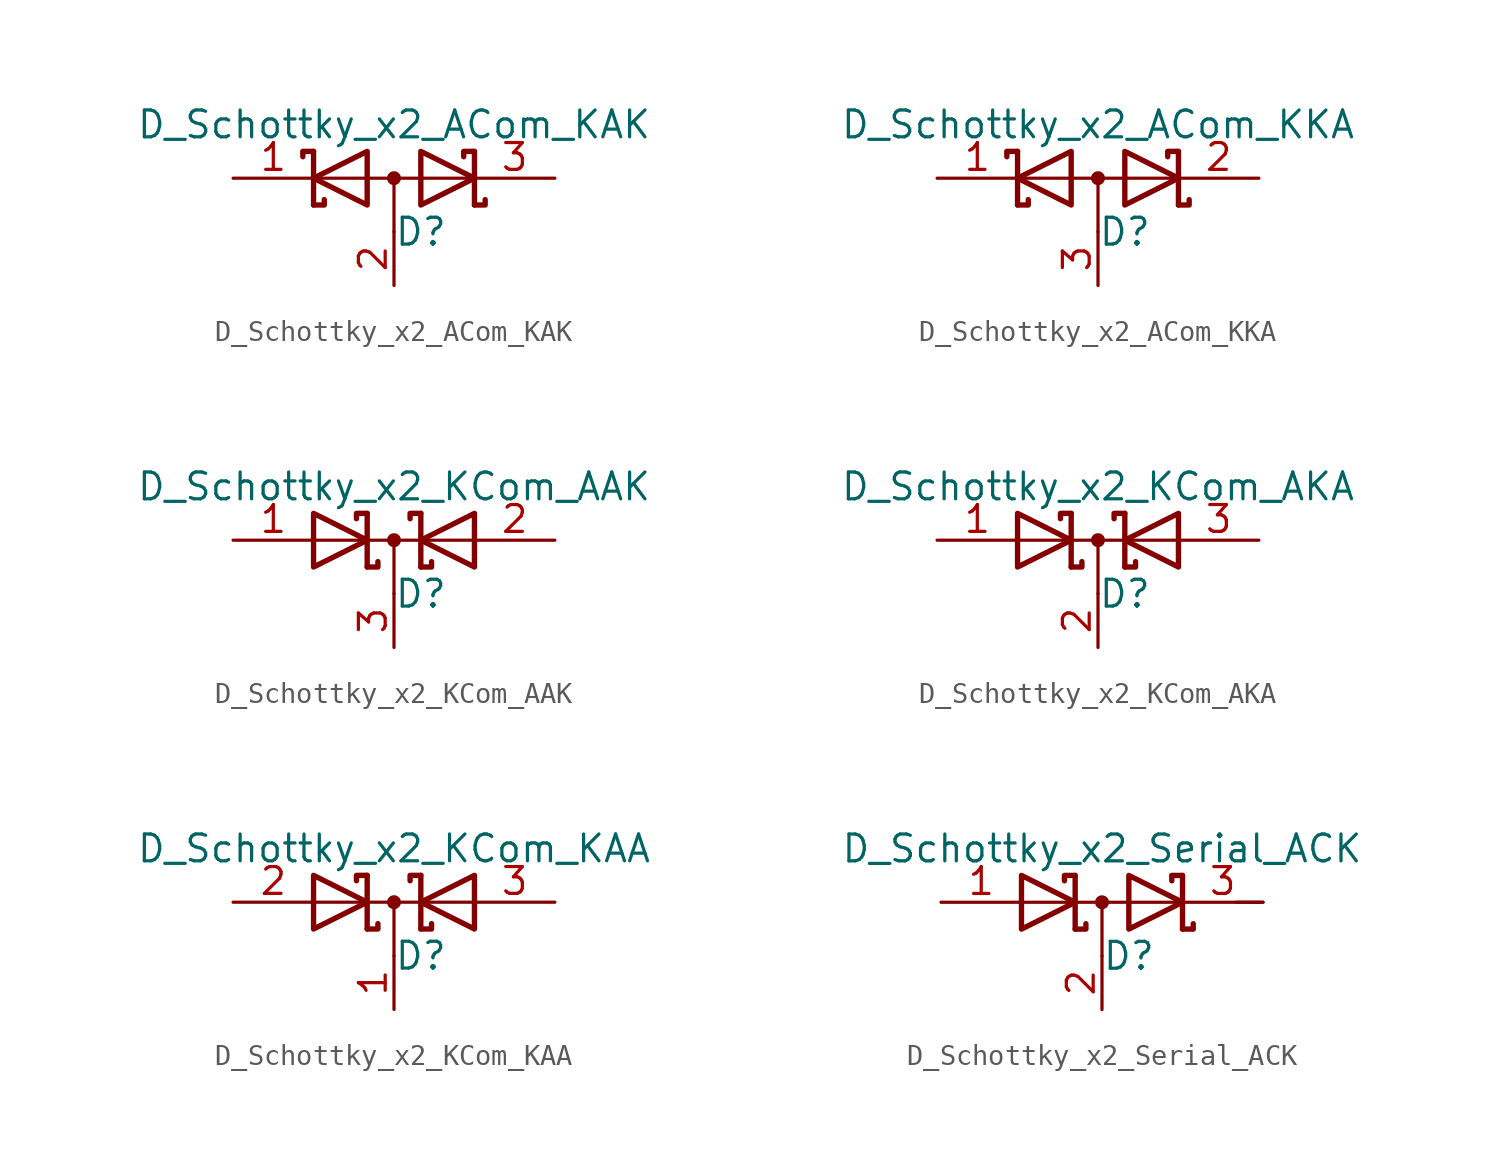
<source format=kicad_sym>
(kicad_symbol_lib
  (version 20211014)
  (generator kicad_symbol_editor)
  (symbol "D_Schottky_x2_ACom_KAK"
    (pin_names
      (offset 0.762) hide)
    (property "Reference" "D"
      (at 1.27 -2.54 0)
      (effects (font (size 1.27 1.27))))
    (property "Value" "D_Schottky_x2_ACom_KAK"
      (at 0 2.54 0)
      (effects (font (size 1.27 1.27))))
    (symbol "D_Schottky_x2_ACom_KAK_0_1"
      (polyline (pts (xy -3.556 0) (xy 3.81 0)) (stroke (width 0) (type default) (color 0 0 0 0)) (fill (type none)))
      (polyline (pts (xy 0 0) (xy 0 -2.54)) (stroke (width 0) (type default) (color 0 0 0 0)) (fill (type none)))
      (polyline (pts (xy -3.81 1.27) (xy -3.81 -1.27) (xy -3.81 -1.27)) (stroke (width 0.254) (type default) (color 0 0 0 0)) (fill (type none)))
      (polyline (pts (xy 3.81 1.27) (xy 3.81 -1.27) (xy 3.81 -1.27)) (stroke (width 0.254) (type default) (color 0 0 0 0)) (fill (type none)))
      (polyline (pts (xy -3.81 1.27) (xy -4.318 1.27) (xy -4.318 1.016) (xy -4.318 1.016)) (stroke (width 0.254) (type default) (color 0 0 0 0)) (fill (type none)))
      (polyline (pts (xy 3.81 -1.27) (xy 4.318 -1.27) (xy 4.318 -1.016) (xy 4.318 -1.016)) (stroke (width 0.254) (type default) (color 0 0 0 0)) (fill (type none)))
      (polyline (pts (xy 3.81 1.27) (xy 3.302 1.27) (xy 3.302 1.016) (xy 3.302 1.016)) (stroke (width 0.254) (type default) (color 0 0 0 0)) (fill (type none)))
      (polyline (pts (xy -3.302 -1.016) (xy -3.302 -1.27) (xy -3.81 -1.27) (xy -3.81 -1.27) (xy -3.81 -1.27)) (stroke (width 0.254) (type default) (color 0 0 0 0)) (fill (type none)))
      (polyline (pts (xy -1.27 -1.27) (xy -3.81 0) (xy -1.27 1.27) (xy -1.27 -1.27) (xy -1.27 -1.27) (xy -1.27 -1.27)) (stroke (width 0.254) (type default) (color 0 0 0 0)) (fill (type none)))
      (polyline (pts (xy 1.27 1.27) (xy 3.81 0) (xy 1.27 -1.27) (xy 1.27 1.27) (xy 1.27 1.27) (xy 1.27 1.27)) (stroke (width 0.254) (type default) (color 0 0 0 0)) (fill (type none)))
      (circle (center 0 0) (radius 0.254) (stroke (width 0) (type default) (color 0 0 0 0)) (fill (type outline)))
      (pin passive line (at -7.62 0 0) (length 3.81) (name "K" (effects (font (size 1.27 1.27)))) (number "1" (effects (font (size 1.27 1.27)))))
      (pin passive line (at 0 -5.08 90) (length 2.54) (name "A" (effects (font (size 1.27 1.27)))) (number "2" (effects (font (size 1.27 1.27)))))
      (pin passive line (at 7.62 0 180) (length 3.81) (name "K" (effects (font (size 1.27 1.27)))) (number "3" (effects (font (size 1.27 1.27)))))))
  (symbol "D_Schottky_x2_ACom_KKA"
    (pin_names
      (offset 0.762) hide)
    (property "Reference" "D"
      (at 1.27 -2.54 0)
      (effects (font (size 1.27 1.27))))
    (property "Value" "D_Schottky_x2_ACom_KKA"
      (at 0 2.54 0)
      (effects (font (size 1.27 1.27))))
    (symbol "D_Schottky_x2_ACom_KKA_0_1"
      (polyline (pts (xy -3.556 0) (xy 3.81 0)) (stroke (width 0) (type default) (color 0 0 0 0)) (fill (type none)))
      (polyline (pts (xy 0 0) (xy 0 -2.54)) (stroke (width 0) (type default) (color 0 0 0 0)) (fill (type none)))
      (polyline (pts (xy -3.81 1.27) (xy -3.81 -1.27) (xy -3.81 -1.27)) (stroke (width 0.254) (type default) (color 0 0 0 0)) (fill (type none)))
      (polyline (pts (xy 3.81 1.27) (xy 3.81 -1.27) (xy 3.81 -1.27)) (stroke (width 0.254) (type default) (color 0 0 0 0)) (fill (type none)))
      (polyline (pts (xy -3.81 1.27) (xy -4.318 1.27) (xy -4.318 1.016) (xy -4.318 1.016)) (stroke (width 0.254) (type default) (color 0 0 0 0)) (fill (type none)))
      (polyline (pts (xy 3.81 -1.27) (xy 4.318 -1.27) (xy 4.318 -1.016) (xy 4.318 -1.016)) (stroke (width 0.254) (type default) (color 0 0 0 0)) (fill (type none)))
      (polyline (pts (xy 3.81 1.27) (xy 3.302 1.27) (xy 3.302 1.016) (xy 3.302 1.016)) (stroke (width 0.254) (type default) (color 0 0 0 0)) (fill (type none)))
      (polyline (pts (xy -3.302 -1.016) (xy -3.302 -1.27) (xy -3.81 -1.27) (xy -3.81 -1.27) (xy -3.81 -1.27)) (stroke (width 0.254) (type default) (color 0 0 0 0)) (fill (type none)))
      (polyline (pts (xy -1.27 -1.27) (xy -3.81 0) (xy -1.27 1.27) (xy -1.27 -1.27) (xy -1.27 -1.27) (xy -1.27 -1.27)) (stroke (width 0.254) (type default) (color 0 0 0 0)) (fill (type none)))
      (polyline (pts (xy 1.27 1.27) (xy 3.81 0) (xy 1.27 -1.27) (xy 1.27 1.27) (xy 1.27 1.27) (xy 1.27 1.27)) (stroke (width 0.254) (type default) (color 0 0 0 0)) (fill (type none)))
      (circle (center 0 0) (radius 0.254) (stroke (width 0) (type default) (color 0 0 0 0)) (fill (type outline)))
      (pin passive line (at -7.62 0 0) (length 3.81) (name "K" (effects (font (size 1.27 1.27)))) (number "1" (effects (font (size 1.27 1.27)))))
      (pin passive line (at 7.62 0 180) (length 3.81) (name "K" (effects (font (size 1.27 1.27)))) (number "2" (effects (font (size 1.27 1.27)))))
      (pin passive line (at 0 -5.08 90) (length 2.54) (name "A" (effects (font (size 1.27 1.27)))) (number "3" (effects (font (size 1.27 1.27)))))))
  (symbol "D_Schottky_x2_KCom_AAK"
    (pin_names
      (offset 0.762) hide)
    (property "Reference" "D"
      (at 1.27 -2.54 0)
      (effects (font (size 1.27 1.27))))
    (property "Value" "D_Schottky_x2_KCom_AAK"
      (at 0 2.54 0)
      (effects (font (size 1.27 1.27))))
    (symbol "D_Schottky_x2_KCom_AAK_0_1"
      (polyline (pts (xy -3.81 0) (xy 3.81 0)) (stroke (width 0) (type default) (color 0 0 0 0)) (fill (type none)))
      (polyline (pts (xy 0 0) (xy 0 -2.54)) (stroke (width 0) (type default) (color 0 0 0 0)) (fill (type none)))
      (polyline (pts (xy -1.27 -1.27) (xy -1.27 1.27) (xy -1.27 1.27)) (stroke (width 0.254) (type default) (color 0 0 0 0)) (fill (type none)))
      (polyline (pts (xy 1.27 -1.27) (xy 1.27 1.27) (xy 1.27 1.27)) (stroke (width 0.254) (type default) (color 0 0 0 0)) (fill (type none)))
      (polyline (pts (xy -1.27 -1.27) (xy -0.762 -1.27) (xy -0.762 -1.016) (xy -0.762 -1.016)) (stroke (width 0.254) (type default) (color 0 0 0 0)) (fill (type none)))
      (polyline (pts (xy 1.27 -1.27) (xy 1.778 -1.27) (xy 1.778 -1.016) (xy 1.778 -1.016)) (stroke (width 0.254) (type default) (color 0 0 0 0)) (fill (type none)))
      (polyline (pts (xy 1.27 1.27) (xy 0.762 1.27) (xy 0.762 1.016) (xy 0.762 1.016)) (stroke (width 0.254) (type default) (color 0 0 0 0)) (fill (type none)))
      (polyline (pts (xy -1.778 1.016) (xy -1.778 1.27) (xy -1.27 1.27) (xy -1.27 1.27) (xy -1.27 1.27)) (stroke (width 0.254) (type default) (color 0 0 0 0)) (fill (type none)))
      (polyline (pts (xy -3.81 1.27) (xy -1.27 0) (xy -3.81 -1.27) (xy -3.81 1.27) (xy -3.81 1.27) (xy -3.81 1.27)) (stroke (width 0.254) (type default) (color 0 0 0 0)) (fill (type none)))
      (polyline (pts (xy 3.81 -1.27) (xy 1.27 0) (xy 3.81 1.27) (xy 3.81 -1.27) (xy 3.81 -1.27) (xy 3.81 -1.27)) (stroke (width 0.254) (type default) (color 0 0 0 0)) (fill (type none)))
      (circle (center 0 0) (radius 0.254) (stroke (width 0) (type default) (color 0 0 0 0)) (fill (type outline)))
      (pin passive line (at -7.62 0 0) (length 3.81) (name "A" (effects (font (size 1.27 1.27)))) (number "1" (effects (font (size 1.27 1.27)))))
      (pin passive line (at 7.62 0 180) (length 3.81) (name "A" (effects (font (size 1.27 1.27)))) (number "2" (effects (font (size 1.27 1.27)))))
      (pin passive line (at 0 -5.08 90) (length 2.54) (name "K" (effects (font (size 1.27 1.27)))) (number "3" (effects (font (size 1.27 1.27)))))))
  (symbol "D_Schottky_x2_KCom_AKA"
    (pin_names
      (offset 0.762) hide)
    (property "Reference" "D"
      (at 1.27 -2.54 0)
      (effects (font (size 1.27 1.27))))
    (property "Value" "D_Schottky_x2_KCom_AKA"
      (at 0 2.54 0)
      (effects (font (size 1.27 1.27))))
    (symbol "D_Schottky_x2_KCom_AKA_0_1"
      (polyline (pts (xy 0 0) (xy 0 -2.54)) (stroke (width 0) (type default) (color 0 0 0 0)) (fill (type none)))
      (polyline (pts (xy 3.81 0) (xy -3.81 0)) (stroke (width 0) (type default) (color 0 0 0 0)) (fill (type none)))
      (polyline (pts (xy -1.27 -1.27) (xy -1.27 1.27) (xy -1.27 1.27)) (stroke (width 0.254) (type default) (color 0 0 0 0)) (fill (type none)))
      (polyline (pts (xy 1.27 -1.27) (xy 1.27 1.27) (xy 1.27 1.27)) (stroke (width 0.254) (type default) (color 0 0 0 0)) (fill (type none)))
      (polyline (pts (xy -1.27 -1.27) (xy -0.762 -1.27) (xy -0.762 -1.016) (xy -0.762 -1.016)) (stroke (width 0.254) (type default) (color 0 0 0 0)) (fill (type none)))
      (polyline (pts (xy 1.27 -1.27) (xy 1.778 -1.27) (xy 1.778 -1.016) (xy 1.778 -1.016)) (stroke (width 0.254) (type default) (color 0 0 0 0)) (fill (type none)))
      (polyline (pts (xy 1.27 1.27) (xy 0.762 1.27) (xy 0.762 1.016) (xy 0.762 1.016)) (stroke (width 0.254) (type default) (color 0 0 0 0)) (fill (type none)))
      (polyline (pts (xy -1.778 1.016) (xy -1.778 1.27) (xy -1.27 1.27) (xy -1.27 1.27) (xy -1.27 1.27)) (stroke (width 0.254) (type default) (color 0 0 0 0)) (fill (type none)))
      (polyline (pts (xy -3.81 1.27) (xy -1.27 0) (xy -3.81 -1.27) (xy -3.81 1.27) (xy -3.81 1.27) (xy -3.81 1.27)) (stroke (width 0.254) (type default) (color 0 0 0 0)) (fill (type none)))
      (polyline (pts (xy 3.81 -1.27) (xy 1.27 0) (xy 3.81 1.27) (xy 3.81 -1.27) (xy 3.81 -1.27) (xy 3.81 -1.27)) (stroke (width 0.254) (type default) (color 0 0 0 0)) (fill (type none)))
      (circle (center 0 0) (radius 0.254) (stroke (width 0) (type default) (color 0 0 0 0)) (fill (type outline)))
      (pin passive line (at -7.62 0 0) (length 3.81) (name "A" (effects (font (size 1.27 1.27)))) (number "1" (effects (font (size 1.27 1.27)))))
      (pin passive line (at 0 -5.08 90) (length 2.54) (name "K" (effects (font (size 1.27 1.27)))) (number "2" (effects (font (size 1.27 1.27)))))
      (pin passive line (at 7.62 0 180) (length 3.81) (name "A" (effects (font (size 1.27 1.27)))) (number "3" (effects (font (size 1.27 1.27)))))))
  (symbol "D_Schottky_x2_KCom_KAA"
    (pin_names
      (offset 0.762) hide)
    (property "Reference" "D"
      (at 1.27 -2.54 0)
      (effects (font (size 1.27 1.27))))
    (property "Value" "D_Schottky_x2_KCom_KAA"
      (at 0 2.54 0)
      (effects (font (size 1.27 1.27))))
    (symbol "D_Schottky_x2_KCom_KAA_0_1"
      (polyline (pts (xy -3.81 0) (xy 3.81 0)) (stroke (width 0) (type default) (color 0 0 0 0)) (fill (type none)))
      (polyline (pts (xy 0 0) (xy 0 -2.54)) (stroke (width 0) (type default) (color 0 0 0 0)) (fill (type none)))
      (polyline (pts (xy -1.27 -1.27) (xy -1.27 1.27) (xy -1.27 1.27)) (stroke (width 0.254) (type default) (color 0 0 0 0)) (fill (type none)))
      (polyline (pts (xy 1.27 -1.27) (xy 1.27 1.27) (xy 1.27 1.27)) (stroke (width 0.254) (type default) (color 0 0 0 0)) (fill (type none)))
      (polyline (pts (xy -1.27 -1.27) (xy -0.762 -1.27) (xy -0.762 -1.016) (xy -0.762 -1.016)) (stroke (width 0.254) (type default) (color 0 0 0 0)) (fill (type none)))
      (polyline (pts (xy 1.27 -1.27) (xy 1.778 -1.27) (xy 1.778 -1.016) (xy 1.778 -1.016)) (stroke (width 0.254) (type default) (color 0 0 0 0)) (fill (type none)))
      (polyline (pts (xy 1.27 1.27) (xy 0.762 1.27) (xy 0.762 1.016) (xy 0.762 1.016)) (stroke (width 0.254) (type default) (color 0 0 0 0)) (fill (type none)))
      (polyline (pts (xy -1.778 1.016) (xy -1.778 1.27) (xy -1.27 1.27) (xy -1.27 1.27) (xy -1.27 1.27)) (stroke (width 0.254) (type default) (color 0 0 0 0)) (fill (type none)))
      (polyline (pts (xy -3.81 1.27) (xy -1.27 0) (xy -3.81 -1.27) (xy -3.81 1.27) (xy -3.81 1.27) (xy -3.81 1.27)) (stroke (width 0.254) (type default) (color 0 0 0 0)) (fill (type none)))
      (polyline (pts (xy 3.81 -1.27) (xy 1.27 0) (xy 3.81 1.27) (xy 3.81 -1.27) (xy 3.81 -1.27) (xy 3.81 -1.27)) (stroke (width 0.254) (type default) (color 0 0 0 0)) (fill (type none)))
      (circle (center 0 0) (radius 0.254) (stroke (width 0) (type default) (color 0 0 0 0)) (fill (type outline)))
      (pin passive line (at 0 -5.08 90) (length 2.54) (name "K" (effects (font (size 1.27 1.27)))) (number "1" (effects (font (size 1.27 1.27)))))
      (pin passive line (at -7.62 0 0) (length 3.81) (name "A" (effects (font (size 1.27 1.27)))) (number "2" (effects (font (size 1.27 1.27)))))
      (pin passive line (at 7.62 0 180) (length 3.81) (name "A" (effects (font (size 1.27 1.27)))) (number "3" (effects (font (size 1.27 1.27)))))))
  (symbol "D_Schottky_x2_Serial_ACK"
    (pin_names
      (offset 0.762) hide)
    (property "Reference" "D"
      (at 1.27 -2.54 0)
      (effects (font (size 1.27 1.27))))
    (property "Value" "D_Schottky_x2_Serial_ACK"
      (at 0 2.54 0)
      (effects (font (size 1.27 1.27))))
    (symbol "D_Schottky_x2_Serial_ACK_0_1"
      (polyline (pts (xy 0 0) (xy 0 -2.54)) (stroke (width 0) (type default) (color 0 0 0 0)) (fill (type none)))
      (polyline (pts (xy 3.81 0) (xy -3.81 0)) (stroke (width 0) (type default) (color 0 0 0 0)) (fill (type none)))
      (polyline (pts (xy 6.35 0) (xy 7.62 0)) (stroke (width 0) (type default) (color 0 0 0 0)) (fill (type none)))
      (polyline (pts (xy -1.27 -1.27) (xy -1.27 1.27) (xy -1.27 1.27)) (stroke (width 0.254) (type default) (color 0 0 0 0)) (fill (type none)))
      (polyline (pts (xy 3.81 1.27) (xy 3.81 -1.27) (xy 3.81 -1.27)) (stroke (width 0.254) (type default) (color 0 0 0 0)) (fill (type none)))
      (polyline (pts (xy -1.27 -1.27) (xy -0.762 -1.27) (xy -0.762 -1.016) (xy -0.762 -1.016)) (stroke (width 0.254) (type default) (color 0 0 0 0)) (fill (type none)))
      (polyline (pts (xy 3.81 -1.27) (xy 4.318 -1.27) (xy 4.318 -1.016) (xy 4.318 -1.016)) (stroke (width 0.254) (type default) (color 0 0 0 0)) (fill (type none)))
      (polyline (pts (xy 3.81 1.27) (xy 3.302 1.27) (xy 3.302 1.016) (xy 3.302 1.016)) (stroke (width 0.254) (type default) (color 0 0 0 0)) (fill (type none)))
      (polyline (pts (xy -1.778 1.016) (xy -1.778 1.27) (xy -1.27 1.27) (xy -1.27 1.27) (xy -1.27 1.27)) (stroke (width 0.254) (type default) (color 0 0 0 0)) (fill (type none)))
      (polyline (pts (xy -3.81 1.27) (xy -1.27 0) (xy -3.81 -1.27) (xy -3.81 1.27) (xy -3.81 1.27) (xy -3.81 1.27)) (stroke (width 0.254) (type default) (color 0 0 0 0)) (fill (type none)))
      (polyline (pts (xy 1.27 1.27) (xy 3.81 0) (xy 1.27 -1.27) (xy 1.27 1.27) (xy 1.27 1.27) (xy 1.27 1.27)) (stroke (width 0.254) (type default) (color 0 0 0 0)) (fill (type none)))
      (circle (center 0 0) (radius 0.254) (stroke (width 0) (type default) (color 0 0 0 0)) (fill (type outline)))
      (pin passive line (at -7.62 0 0) (length 3.81) (name "A" (effects (font (size 1.27 1.27)))) (number "1" (effects (font (size 1.27 1.27)))))
      (pin passive line (at 0 -5.08 90) (length 2.54) (name "common" (effects (font (size 1.27 1.27)))) (number "2" (effects (font (size 1.27 1.27)))))
      (pin passive line (at 7.62 0 180) (length 3.81) (name "K" (effects (font (size 1.27 1.27)))) (number "3" (effects (font (size 1.27 1.27))))))))
</source>
